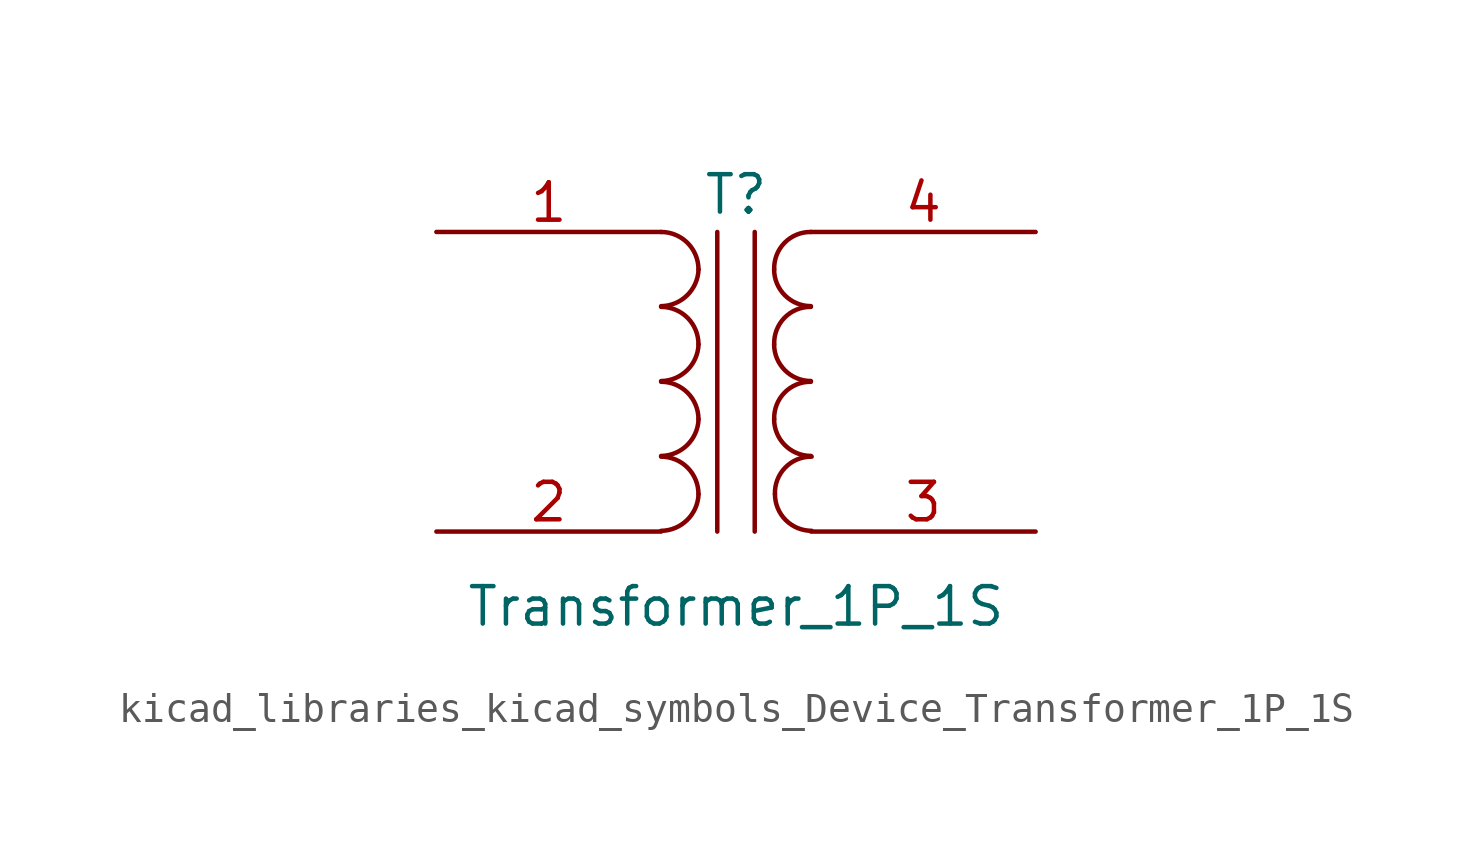
<source format=kicad_sym>
(kicad_symbol_lib
  (version 20220914)
  (generator kicad_symbol_editor)
  (symbol "kicad_libraries_kicad_symbols_Device_Transformer_1P_1S"
    (pin_names
      (offset 1.016) hide)
    (property "Reference" "T"
      (at 0 6.35 0)
      (effects (font (size 1.27 1.27))))
    (property "Value" "Transformer_1P_1S"
      (at 0 -7.62 0)
      (effects (font (size 1.27 1.27))))
    (symbol "kicad_libraries_kicad_symbols_Device_Transformer_1P_1S_0_1"
      (arc (start -2.54 -5.0546) (mid -1.6599 -4.6901) (end -1.27 -3.81) (stroke (width 0) (type default)) (fill (type none)))
      (arc (start -2.54 -2.5146) (mid -1.6599 -2.1501) (end -1.27 -1.27) (stroke (width 0) (type default)) (fill (type none)))
      (arc (start -2.54 0.0254) (mid -1.6599 0.3899) (end -1.27 1.27) (stroke (width 0) (type default)) (fill (type none)))
      (arc (start -2.54 2.5654) (mid -1.6599 2.9299) (end -1.27 3.81) (stroke (width 0) (type default)) (fill (type none)))
      (arc (start -1.27 -3.81) (mid -1.642 -2.912) (end -2.54 -2.54) (stroke (width 0) (type default)) (fill (type none)))
      (arc (start -1.27 -1.27) (mid -1.642 -0.372) (end -2.54 0) (stroke (width 0) (type default)) (fill (type none)))
      (arc (start -1.27 1.27) (mid -1.642 2.168) (end -2.54 2.54) (stroke (width 0) (type default)) (fill (type none)))
      (arc (start -1.27 3.81) (mid -1.642 4.708) (end -2.54 5.08) (stroke (width 0) (type default)) (fill (type none)))
      (polyline (pts (xy -0.635 5.08) (xy -0.635 -5.08)) (stroke (width 0) (type default)) (fill (type none)))
      (polyline (pts (xy 0.635 -5.08) (xy 0.635 5.08)) (stroke (width 0) (type default)) (fill (type none)))
      (arc (start 1.2954 -1.27) (mid 1.6599 -2.1501) (end 2.54 -2.5146) (stroke (width 0) (type default)) (fill (type none)))
      (arc (start 1.2954 1.27) (mid 1.6599 0.3899) (end 2.54 0.0254) (stroke (width 0) (type default)) (fill (type none)))
      (arc (start 1.2954 3.81) (mid 1.6599 2.9299) (end 2.54 2.5654) (stroke (width 0) (type default)) (fill (type none)))
      (arc (start 1.3208 -3.81) (mid 1.6853 -4.6901) (end 2.5654 -5.0546) (stroke (width 0) (type default)) (fill (type none)))
      (arc (start 2.54 0) (mid 1.642 -0.372) (end 1.2954 -1.27) (stroke (width 0) (type default)) (fill (type none)))
      (arc (start 2.54 2.54) (mid 1.642 2.168) (end 1.2954 1.27) (stroke (width 0) (type default)) (fill (type none)))
      (arc (start 2.54 5.08) (mid 1.642 4.708) (end 1.2954 3.81) (stroke (width 0) (type default)) (fill (type none)))
      (arc (start 2.5654 -2.54) (mid 1.6674 -2.912) (end 1.3208 -3.81) (stroke (width 0) (type default)) (fill (type none))))
    (symbol "kicad_libraries_kicad_symbols_Device_Transformer_1P_1S_1_1"
      (pin passive line (at -10.16 5.08 0) (length 7.62) (name "AA" (effects (font (size 1.27 1.27)))) (number "1" (effects (font (size 1.27 1.27)))))
      (pin passive line (at -10.16 -5.08 0) (length 7.62) (name "AB" (effects (font (size 1.27 1.27)))) (number "2" (effects (font (size 1.27 1.27)))))
      (pin passive line (at 10.16 -5.08 180) (length 7.62) (name "SA" (effects (font (size 1.27 1.27)))) (number "3" (effects (font (size 1.27 1.27)))))
      (pin passive line (at 10.16 5.08 180) (length 7.62) (name "SB" (effects (font (size 1.27 1.27)))) (number "4" (effects (font (size 1.27 1.27))))))))
</source>
